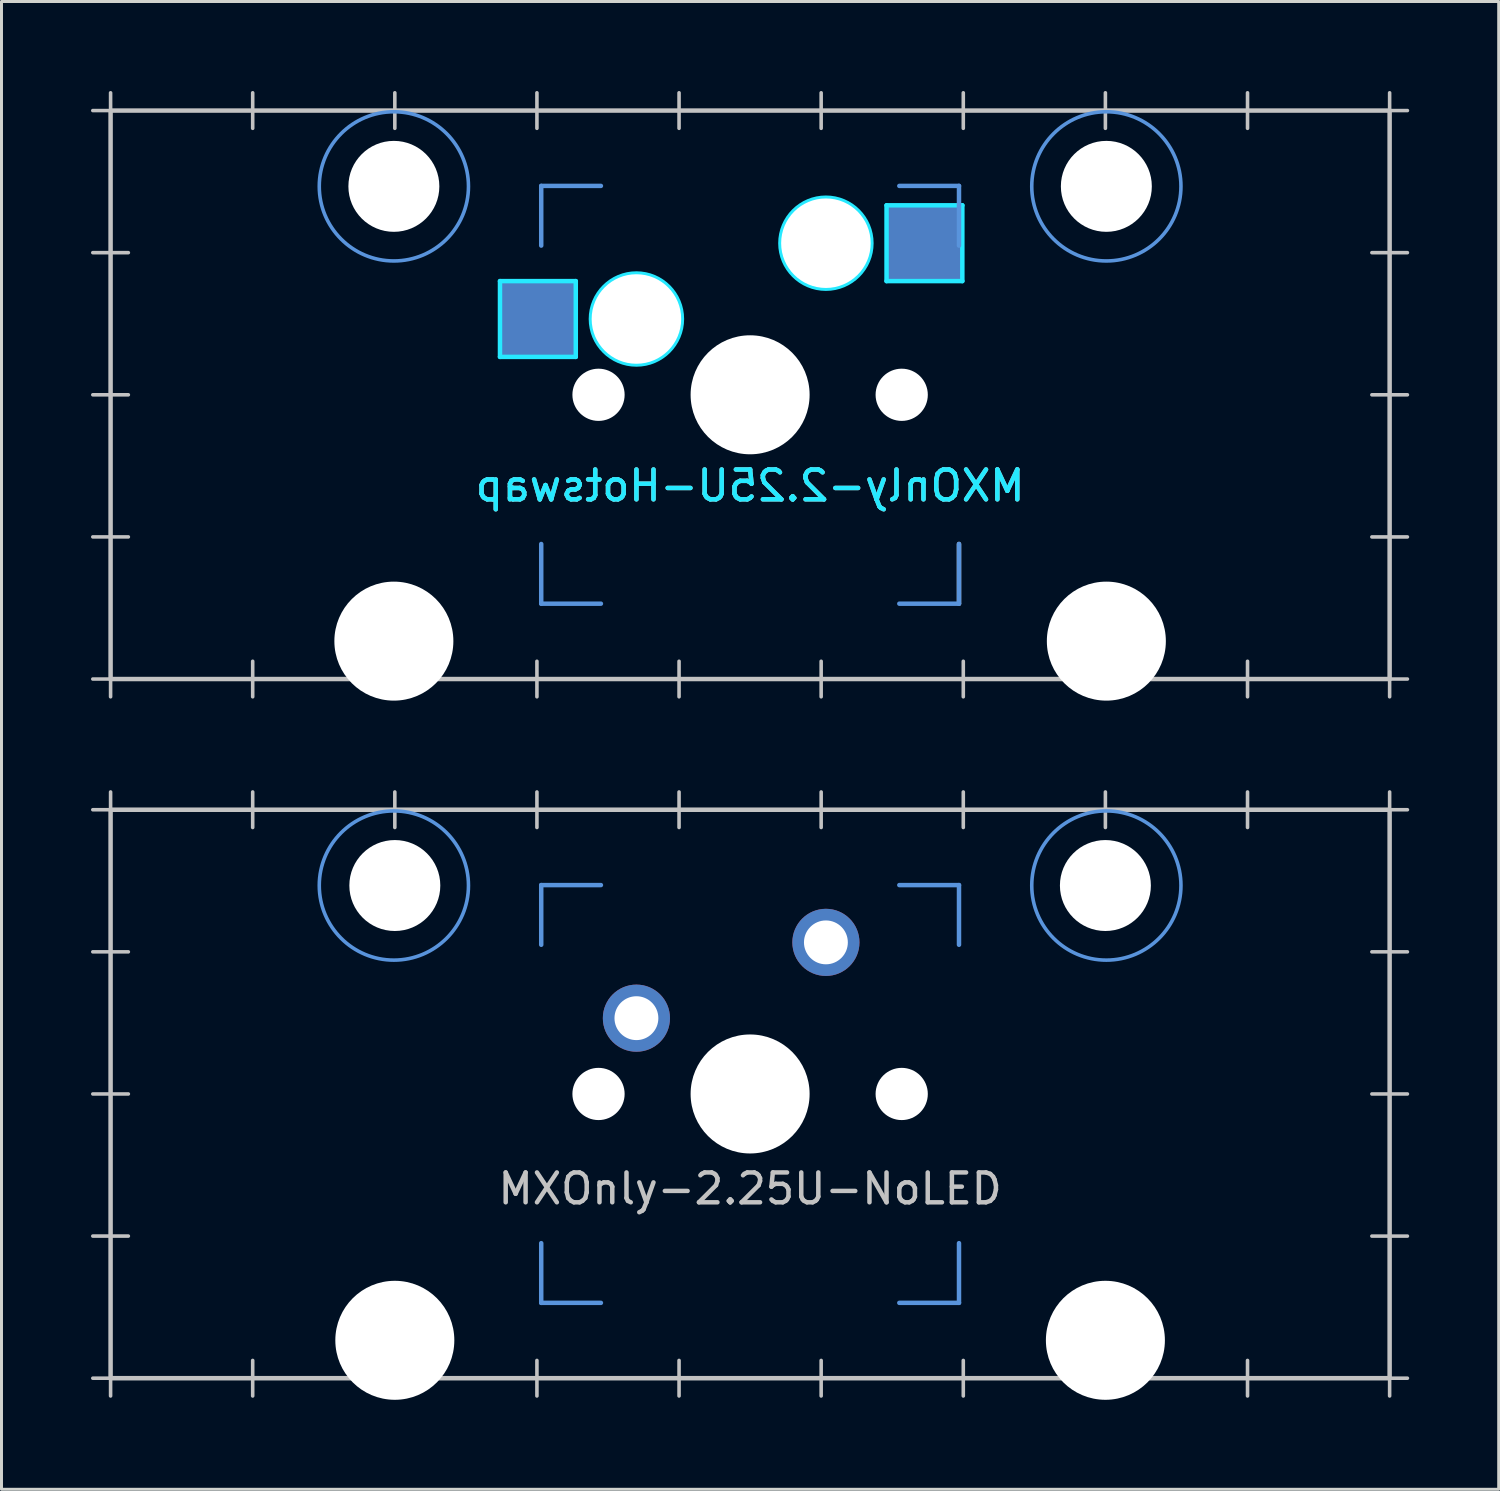
<source format=kicad_pcb>
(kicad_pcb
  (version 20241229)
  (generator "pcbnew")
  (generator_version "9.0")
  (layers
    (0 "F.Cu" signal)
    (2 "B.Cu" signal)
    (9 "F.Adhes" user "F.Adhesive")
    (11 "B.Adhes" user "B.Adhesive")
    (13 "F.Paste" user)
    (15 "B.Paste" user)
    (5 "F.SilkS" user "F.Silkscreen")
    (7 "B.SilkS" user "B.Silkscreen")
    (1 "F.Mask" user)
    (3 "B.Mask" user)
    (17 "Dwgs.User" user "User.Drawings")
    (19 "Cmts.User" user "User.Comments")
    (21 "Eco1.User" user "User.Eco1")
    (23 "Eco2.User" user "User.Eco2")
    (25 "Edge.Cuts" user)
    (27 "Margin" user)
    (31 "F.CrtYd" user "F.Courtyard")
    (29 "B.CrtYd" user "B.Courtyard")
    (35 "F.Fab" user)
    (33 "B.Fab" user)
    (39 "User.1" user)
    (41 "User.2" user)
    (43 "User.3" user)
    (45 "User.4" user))
  (footprint "MXOnly-2.25U-NoLED"
    (layer "F.Cu")
    (at 22.087 33.61)
    (property "Reference" "MXOnly-2.25U-NoLED" (at 0 3.175 0) (layer "Dwgs.User") (effects (font (size 1 1) (thickness 0.15))))
    (attr through_hole)
    (fp_line (start -22.027 -9.525) (end -21.431 -9.525) (stroke (width 0.12) (type solid)) (layer "Dwgs.User"))
    (fp_line (start -22.027 -0.000008) (end -20.836 -0.000008) (stroke (width 0.12) (type solid)) (layer "Dwgs.User"))
    (fp_line (start -22.027 4.762) (end -20.836 4.762) (stroke (width 0.12) (type solid)) (layer "Dwgs.User"))
    (fp_line (start -22.027 9.525) (end -21.431 9.525) (stroke (width 0.12) (type solid)) (layer "Dwgs.User"))
    (fp_line (start -21.431 10.12) (end -21.431 9.525) (stroke (width 0.12) (type solid)) (layer "Dwgs.User"))
    (fp_line (start -21.431 -10.12) (end -21.431 -9.525) (stroke (width 0.12) (type solid)) (layer "Dwgs.User"))
    (fp_line (start -21.431 -9.525) (end 21.431 -9.525) (stroke (width 0.15) (type solid)) (layer "Dwgs.User"))
    (fp_line (start -21.431 9.525) (end -21.431 -9.525) (stroke (width 0.15) (type solid)) (layer "Dwgs.User"))
    (fp_line (start -21.431 9.525) (end 21.431 9.525) (stroke (width 0.15) (type solid)) (layer "Dwgs.User"))
    (fp_line (start -20.836 -4.763) (end -22.027 -4.763) (stroke (width 0.12) (type solid)) (layer "Dwgs.User"))
    (fp_line (start -16.669 8.93) (end -16.669 10.12) (stroke (width 0.12) (type solid)) (layer "Dwgs.User"))
    (fp_line (start -16.669 -10.12) (end -16.669 -8.93) (stroke (width 0.12) (type solid)) (layer "Dwgs.User"))
    (fp_line (start -11.906 8.93) (end -11.906 10.12) (stroke (width 0.12) (type solid)) (layer "Dwgs.User"))
    (fp_line (start -11.906 -10.12) (end -11.906 -8.93) (stroke (width 0.12) (type solid)) (layer "Dwgs.User"))
    (fp_line (start -7.144 10.12) (end -7.144 8.93) (stroke (width 0.12) (type solid)) (layer "Dwgs.User"))
    (fp_line (start -7.144 -8.93) (end -7.144 -10.12) (stroke (width 0.12) (type solid)) (layer "Dwgs.User"))
    (fp_line (start -2.381 8.93) (end -2.381 10.12) (stroke (width 0.12) (type solid)) (layer "Dwgs.User"))
    (fp_line (start -2.381 -10.12) (end -2.381 -8.93) (stroke (width 0.12) (type solid)) (layer "Dwgs.User"))
    (fp_line (start 2.381 10.12) (end 2.381 8.93) (stroke (width 0.12) (type solid)) (layer "Dwgs.User"))
    (fp_line (start 2.381 -8.93) (end 2.381 -10.12) (stroke (width 0.12) (type solid)) (layer "Dwgs.User"))
    (fp_line (start 7.144 8.93) (end 7.144 10.12) (stroke (width 0.12) (type solid)) (layer "Dwgs.User"))
    (fp_line (start 7.144 -10.12) (end 7.144 -8.93) (stroke (width 0.12) (type solid)) (layer "Dwgs.User"))
    (fp_line (start 11.906 10.12) (end 11.906 8.93) (stroke (width 0.12) (type solid)) (layer "Dwgs.User"))
    (fp_line (start 11.906 -8.93) (end 11.906 -10.12) (stroke (width 0.12) (type solid)) (layer "Dwgs.User"))
    (fp_line (start 16.669 10.12) (end 16.669 8.93) (stroke (width 0.12) (type solid)) (layer "Dwgs.User"))
    (fp_line (start 16.669 -8.93) (end 16.669 -10.12) (stroke (width 0.12) (type solid)) (layer "Dwgs.User"))
    (fp_line (start 20.836 4.763) (end 22.027 4.763) (stroke (width 0.12) (type solid)) (layer "Dwgs.User"))
    (fp_line (start 21.431 -9.525) (end 21.431 9.525) (stroke (width 0.15) (type solid)) (layer "Dwgs.User"))
    (fp_line (start 21.431 10.12) (end 21.431 9.525) (stroke (width 0.12) (type solid)) (layer "Dwgs.User"))
    (fp_line (start 21.431 -10.12) (end 21.431 -9.525) (stroke (width 0.12) (type solid)) (layer "Dwgs.User"))
    (fp_line (start 22.027 -9.525) (end 21.431 -9.525) (stroke (width 0.12) (type solid)) (layer "Dwgs.User"))
    (fp_line (start 22.027 -4.763) (end 20.836 -4.763) (stroke (width 0.12) (type solid)) (layer "Dwgs.User"))
    (fp_line (start 22.027 0) (end 20.836 0) (stroke (width 0.12) (type solid)) (layer "Dwgs.User"))
    (fp_line (start 22.027 9.525) (end 21.431 9.525) (stroke (width 0.12) (type solid)) (layer "Dwgs.User"))
    (fp_line (start -7 -7) (end -7 -5) (stroke (width 0.15) (type solid)) (layer "Cmts.User"))
    (fp_line (start -7 7) (end -7 5) (stroke (width 0.15) (type solid)) (layer "Cmts.User"))
    (fp_line (start -5 -7) (end -7 -7) (stroke (width 0.15) (type solid)) (layer "Cmts.User"))
    (fp_line (start -5 7) (end -7 7) (stroke (width 0.15) (type solid)) (layer "Cmts.User"))
    (fp_line (start 5 -7) (end 7 -7) (stroke (width 0.15) (type solid)) (layer "Cmts.User"))
    (fp_line (start 7 -7) (end 7 -5) (stroke (width 0.15) (type solid)) (layer "Cmts.User"))
    (fp_line (start 7 5) (end 7 7) (stroke (width 0.15) (type solid)) (layer "Cmts.User"))
    (fp_line (start 7 7) (end 5 7) (stroke (width 0.15) (type solid)) (layer "Cmts.User"))
    (fp_circle (center -11.938 -6.985) (end -9.438 -6.985) (stroke (width 0.12) (type solid)) (fill no) (layer "Cmts.User"))
    (fp_circle (center 11.938 -6.985) (end 14.438 -6.985) (stroke (width 0.12) (type solid)) (fill no) (layer "Cmts.User"))
    (pad "" np_thru_hole circle (at -11.906 -6.985) (size 3.048 3.048) (drill 3.048) (layers "*.Cu" "*.Mask"))
    (pad "" np_thru_hole circle (at -11.906 8.255) (size 3.988 3.988) (drill 3.988) (layers "*.Cu" "*.Mask"))
    (pad "" np_thru_hole circle (at -5.08 0 48.1) (size 1.75 1.75) (drill 1.75) (layers "*.Cu" "*.Mask"))
    (pad "" np_thru_hole circle (at 0 0) (size 3.988 3.988) (drill 3.988) (layers "*.Cu" "*.Mask"))
    (pad "" np_thru_hole circle (at 5.08 0 48.1) (size 1.75 1.75) (drill 1.75) (layers "*.Cu" "*.Mask"))
    (pad "" np_thru_hole circle (at 11.906 -6.985) (size 3.048 3.048) (drill 3.048) (layers "*.Cu" "*.Mask"))
    (pad "" np_thru_hole circle (at 11.906 8.255) (size 3.988 3.988) (drill 3.988) (layers "*.Cu" "*.Mask"))
    (pad "1" thru_hole circle (at -3.81 -2.54) (size 2.25 2.25) (drill 1.47) (layers "*.Cu" "B.Mask"))
    (pad "2" thru_hole circle (at 2.54 -5.08) (size 2.25 2.25) (drill 1.47) (layers "*.Cu" "B.Mask")))
  (footprint "MXOnly-2.25U-Hotswap"
    (layer "F.Cu")
    (at 22.087 10.18)
    (property "Reference" "MXOnly-2.25U-Hotswap" (at 0 3.048 0) (layer "B.CrtYd") (effects (font (size 1 1) (thickness 0.15)) (justify mirror)))
    (attr smd)
    (fp_line (start -22.027 -9.525) (end -21.431 -9.525) (stroke (width 0.12) (type solid)) (layer "Dwgs.User"))
    (fp_line (start -22.027 -0.000008) (end -20.836 -0.000008) (stroke (width 0.12) (type solid)) (layer "Dwgs.User"))
    (fp_line (start -22.027 4.762) (end -20.836 4.762) (stroke (width 0.12) (type solid)) (layer "Dwgs.User"))
    (fp_line (start -22.027 9.525) (end -21.431 9.525) (stroke (width 0.12) (type solid)) (layer "Dwgs.User"))
    (fp_line (start -21.431 10.12) (end -21.431 9.525) (stroke (width 0.12) (type solid)) (layer "Dwgs.User"))
    (fp_line (start -21.431 -10.12) (end -21.431 -9.525) (stroke (width 0.12) (type solid)) (layer "Dwgs.User"))
    (fp_line (start -21.431 -9.525) (end 21.431 -9.525) (stroke (width 0.15) (type solid)) (layer "Dwgs.User"))
    (fp_line (start -21.431 9.525) (end -21.431 -9.525) (stroke (width 0.15) (type solid)) (layer "Dwgs.User"))
    (fp_line (start -20.836 -4.763) (end -22.027 -4.763) (stroke (width 0.12) (type solid)) (layer "Dwgs.User"))
    (fp_line (start -16.669 8.93) (end -16.669 10.12) (stroke (width 0.12) (type solid)) (layer "Dwgs.User"))
    (fp_line (start -16.669 -10.12) (end -16.669 -8.93) (stroke (width 0.12) (type solid)) (layer "Dwgs.User"))
    (fp_line (start -11.906 8.93) (end -11.906 10.12) (stroke (width 0.12) (type solid)) (layer "Dwgs.User"))
    (fp_line (start -11.906 -10.12) (end -11.906 -8.93) (stroke (width 0.12) (type solid)) (layer "Dwgs.User"))
    (fp_line (start -7.144 10.12) (end -7.144 8.93) (stroke (width 0.12) (type solid)) (layer "Dwgs.User"))
    (fp_line (start -7.144 -8.93) (end -7.144 -10.12) (stroke (width 0.12) (type solid)) (layer "Dwgs.User"))
    (fp_line (start -2.381 8.93) (end -2.381 10.12) (stroke (width 0.12) (type solid)) (layer "Dwgs.User"))
    (fp_line (start -2.381 -10.12) (end -2.381 -8.93) (stroke (width 0.12) (type solid)) (layer "Dwgs.User"))
    (fp_line (start 2.381 10.12) (end 2.381 8.93) (stroke (width 0.12) (type solid)) (layer "Dwgs.User"))
    (fp_line (start 2.381 -8.93) (end 2.381 -10.12) (stroke (width 0.12) (type solid)) (layer "Dwgs.User"))
    (fp_line (start 7 7) (end 7 5) (stroke (width 0.15) (type solid)) (layer "Dwgs.User"))
    (fp_line (start 7.144 8.93) (end 7.144 10.12) (stroke (width 0.12) (type solid)) (layer "Dwgs.User"))
    (fp_line (start 7.144 -10.12) (end 7.144 -8.93) (stroke (width 0.12) (type solid)) (layer "Dwgs.User"))
    (fp_line (start 11.906 10.12) (end 11.906 8.93) (stroke (width 0.12) (type solid)) (layer "Dwgs.User"))
    (fp_line (start 11.906 -8.93) (end 11.906 -10.12) (stroke (width 0.12) (type solid)) (layer "Dwgs.User"))
    (fp_line (start 16.669 10.12) (end 16.669 8.93) (stroke (width 0.12) (type solid)) (layer "Dwgs.User"))
    (fp_line (start 16.669 -8.93) (end 16.669 -10.12) (stroke (width 0.12) (type solid)) (layer "Dwgs.User"))
    (fp_line (start 20.836 4.763) (end 22.027 4.763) (stroke (width 0.12) (type solid)) (layer "Dwgs.User"))
    (fp_line (start 21.431 -9.525) (end 21.431 9.525) (stroke (width 0.15) (type solid)) (layer "Dwgs.User"))
    (fp_line (start 21.431 9.525) (end -21.431 9.525) (stroke (width 0.15) (type solid)) (layer "Dwgs.User"))
    (fp_line (start 21.431 10.12) (end 21.431 9.525) (stroke (width 0.12) (type solid)) (layer "Dwgs.User"))
    (fp_line (start 21.431 -10.12) (end 21.431 -9.525) (stroke (width 0.12) (type solid)) (layer "Dwgs.User"))
    (fp_line (start 22.027 -9.525) (end 21.431 -9.525) (stroke (width 0.12) (type solid)) (layer "Dwgs.User"))
    (fp_line (start 22.027 -4.763) (end 20.836 -4.763) (stroke (width 0.12) (type solid)) (layer "Dwgs.User"))
    (fp_line (start 22.027 0) (end 20.836 0) (stroke (width 0.12) (type solid)) (layer "Dwgs.User"))
    (fp_line (start 22.027 9.525) (end 21.431 9.525) (stroke (width 0.12) (type solid)) (layer "Dwgs.User"))
    (fp_line (start -7 -7) (end -7 -5) (stroke (width 0.15) (type solid)) (layer "Cmts.User"))
    (fp_line (start -7 7) (end -7 5) (stroke (width 0.15) (type solid)) (layer "Cmts.User"))
    (fp_line (start -5 -7) (end -7 -7) (stroke (width 0.15) (type solid)) (layer "Cmts.User"))
    (fp_line (start -5 7) (end -7 7) (stroke (width 0.15) (type solid)) (layer "Cmts.User"))
    (fp_line (start 5 -7) (end 7 -7) (stroke (width 0.15) (type solid)) (layer "Cmts.User"))
    (fp_line (start 7 -7) (end 7 -5) (stroke (width 0.15) (type solid)) (layer "Cmts.User"))
    (fp_line (start 7 5) (end 7 7) (stroke (width 0.15) (type solid)) (layer "Cmts.User"))
    (fp_line (start 7 7) (end 5 7) (stroke (width 0.15) (type solid)) (layer "Cmts.User"))
    (fp_circle (center -11.938 -6.985) (end -9.438 -6.985) (stroke (width 0.12) (type solid)) (fill no) (layer "Cmts.User"))
    (fp_circle (center 11.938 -6.985) (end 14.438 -6.985) (stroke (width 0.12) (type solid)) (fill no) (layer "Cmts.User"))
    (fp_line (start -8.382 -3.81) (end -5.842 -3.81) (stroke (width 0.15) (type solid)) (layer "B.CrtYd"))
    (fp_line (start -8.382 -1.27) (end -8.382 -3.81) (stroke (width 0.15) (type solid)) (layer "B.CrtYd"))
    (fp_line (start -5.842 -3.81) (end -5.842 -1.27) (stroke (width 0.15) (type solid)) (layer "B.CrtYd"))
    (fp_line (start -5.842 -1.27) (end -8.382 -1.27) (stroke (width 0.15) (type solid)) (layer "B.CrtYd"))
    (fp_line (start 4.572 -6.35) (end 7.112 -6.35) (stroke (width 0.15) (type solid)) (layer "B.CrtYd"))
    (fp_line (start 4.572 -3.81) (end 4.572 -6.35) (stroke (width 0.15) (type solid)) (layer "B.CrtYd"))
    (fp_line (start 7.112 -6.35) (end 7.112 -3.81) (stroke (width 0.15) (type solid)) (layer "B.CrtYd"))
    (fp_line (start 7.112 -3.81) (end 4.572 -3.81) (stroke (width 0.15) (type solid)) (layer "B.CrtYd"))
    (fp_circle (center -3.81 -2.54) (end -3.81 -4.064) (stroke (width 0.15) (type solid)) (fill no) (layer "B.CrtYd"))
    (fp_circle (center 2.54 -5.08) (end 2.54 -6.604) (stroke (width 0.15) (type solid)) (fill no) (layer "B.CrtYd"))
    (fp_text user "${REFERENCE}" (at 0 3.048 0) (layer "B.SilkS") (effects (font (size 1 1) (thickness 0.15)) (justify mirror)))
    (pad "" np_thru_hole circle (at -11.938 -6.985) (size 3.048 3.048) (drill 3.048) (layers "*.Cu" "*.Mask"))
    (pad "" np_thru_hole circle (at -11.938 8.255) (size 3.988 3.988) (drill 3.988) (layers "*.Cu" "*.Mask"))
    (pad "" np_thru_hole circle (at -5.08 0 48.1) (size 1.75 1.75) (drill 1.75) (layers "*.Cu" "*.Mask"))
    (pad "" np_thru_hole circle (at -3.81 -2.54) (size 3 3) (drill 3) (layers "*.Cu" "*.Mask"))
    (pad "" np_thru_hole circle (at 0 0) (size 3.988 3.988) (drill 3.988) (layers "*.Cu" "*.Mask"))
    (pad "" np_thru_hole circle (at 2.54 -5.08) (size 3 3) (drill 3) (layers "*.Cu" "*.Mask"))
    (pad "" np_thru_hole circle (at 5.08 0 48.1) (size 1.75 1.75) (drill 1.75) (layers "*.Cu" "*.Mask"))
    (pad "" np_thru_hole circle (at 11.938 -6.985) (size 3.048 3.048) (drill 3.048) (layers "*.Cu" "*.Mask"))
    (pad "" np_thru_hole circle (at 11.938 8.255) (size 3.988 3.988) (drill 3.988) (layers "*.Cu" "*.Mask"))
    (pad "1" smd rect (at -7.085 -2.54) (size 2.55 2.5) (layers "B.Cu" "B.Mask" "B.Paste"))
    (pad "2" smd rect (at 5.842 -5.08) (size 2.55 2.5) (layers "B.Cu" "B.Mask" "B.Paste")))
  (gr_rect
    (start -3 -3)
    (end 47.173 46.858)
    (stroke (width 0.1) (type default))
    (fill no)
    (layer "Edge.Cuts")))
</source>
